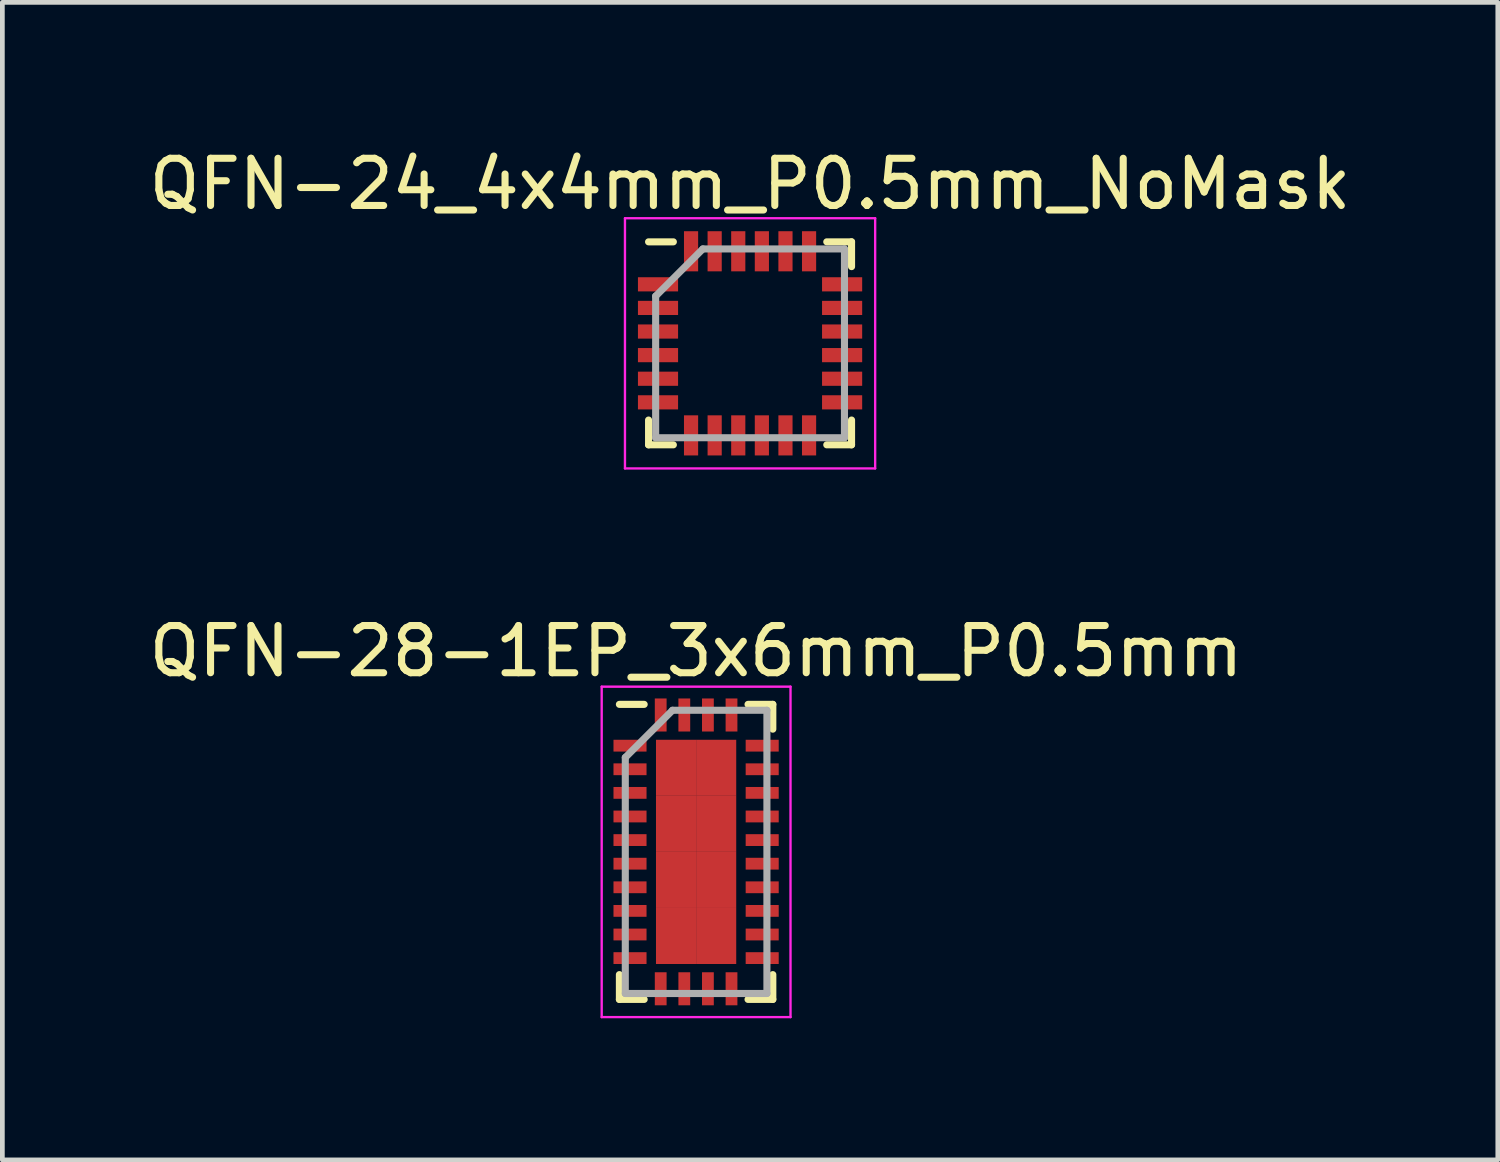
<source format=kicad_pcb>
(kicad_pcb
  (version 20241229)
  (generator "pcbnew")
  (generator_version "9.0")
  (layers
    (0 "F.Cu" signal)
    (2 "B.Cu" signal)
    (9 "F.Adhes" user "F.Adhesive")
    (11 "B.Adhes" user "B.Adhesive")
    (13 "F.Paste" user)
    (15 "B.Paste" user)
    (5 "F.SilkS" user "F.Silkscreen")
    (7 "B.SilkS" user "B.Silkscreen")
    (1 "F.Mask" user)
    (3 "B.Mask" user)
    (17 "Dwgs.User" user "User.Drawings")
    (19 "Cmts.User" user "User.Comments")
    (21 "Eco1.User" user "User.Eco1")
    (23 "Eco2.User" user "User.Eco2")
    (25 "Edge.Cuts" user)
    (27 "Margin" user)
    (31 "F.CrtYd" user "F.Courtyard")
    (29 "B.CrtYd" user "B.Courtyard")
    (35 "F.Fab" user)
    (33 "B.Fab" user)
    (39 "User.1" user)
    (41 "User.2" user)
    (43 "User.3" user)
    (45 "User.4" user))
  (footprint "QFN-28-1EP_3x6mm_P0.5mm"
    (layer "F.Cu")
    (at 11.696 14.996)
    (property "Reference" "QFN-28-1EP_3x6mm_P0.5mm" (at 0 -4.25 0) (layer "F.SilkS") (effects (font (size 1 1) (thickness 0.15))))
    (attr smd)
    (fp_line (start -1.625 -3.125) (end -1.1 -3.125) (stroke (width 0.15) (type solid)) (layer "F.SilkS"))
    (fp_line (start -1.625 3.125) (end -1.625 2.6) (stroke (width 0.15) (type solid)) (layer "F.SilkS"))
    (fp_line (start -1.625 3.125) (end -1.1 3.125) (stroke (width 0.15) (type solid)) (layer "F.SilkS"))
    (fp_line (start 1.625 -3.125) (end 1.1 -3.125) (stroke (width 0.15) (type solid)) (layer "F.SilkS"))
    (fp_line (start 1.625 -3.125) (end 1.625 -2.6) (stroke (width 0.15) (type solid)) (layer "F.SilkS"))
    (fp_line (start 1.625 3.125) (end 1.1 3.125) (stroke (width 0.15) (type solid)) (layer "F.SilkS"))
    (fp_line (start 1.625 3.125) (end 1.625 2.6) (stroke (width 0.15) (type solid)) (layer "F.SilkS"))
    (fp_line (start -2 -3.5) (end -2 3.5) (stroke (width 0.05) (type solid)) (layer "F.CrtYd"))
    (fp_line (start -2 -3.5) (end 2 -3.5) (stroke (width 0.05) (type solid)) (layer "F.CrtYd"))
    (fp_line (start -2 3.5) (end 2 3.5) (stroke (width 0.05) (type solid)) (layer "F.CrtYd"))
    (fp_line (start 2 -3.5) (end 2 3.5) (stroke (width 0.05) (type solid)) (layer "F.CrtYd"))
    (fp_line (start -1.5 -2) (end -0.5 -3) (stroke (width 0.15) (type solid)) (layer "F.Fab"))
    (fp_line (start -1.5 3) (end -1.5 -2) (stroke (width 0.15) (type solid)) (layer "F.Fab"))
    (fp_line (start -0.5 -3) (end 1.5 -3) (stroke (width 0.15) (type solid)) (layer "F.Fab"))
    (fp_line (start 1.5 -3) (end 1.5 3) (stroke (width 0.15) (type solid)) (layer "F.Fab"))
    (fp_line (start 1.5 3) (end -1.5 3) (stroke (width 0.15) (type solid)) (layer "F.Fab"))
    (pad "1" smd rect (at -1.4 -2.25) (size 0.7 0.25) (layers "F.Cu" "F.Mask" "F.Paste"))
    (pad "2" smd rect (at -1.4 -1.75) (size 0.7 0.25) (layers "F.Cu" "F.Mask" "F.Paste"))
    (pad "3" smd rect (at -1.4 -1.25) (size 0.7 0.25) (layers "F.Cu" "F.Mask" "F.Paste"))
    (pad "4" smd rect (at -1.4 -0.75) (size 0.7 0.25) (layers "F.Cu" "F.Mask" "F.Paste"))
    (pad "5" smd rect (at -1.4 -0.25) (size 0.7 0.25) (layers "F.Cu" "F.Mask" "F.Paste"))
    (pad "6" smd rect (at -1.4 0.25) (size 0.7 0.25) (layers "F.Cu" "F.Mask" "F.Paste"))
    (pad "7" smd rect (at -1.4 0.75) (size 0.7 0.25) (layers "F.Cu" "F.Mask" "F.Paste"))
    (pad "8" smd rect (at -1.4 1.25) (size 0.7 0.25) (layers "F.Cu" "F.Mask" "F.Paste"))
    (pad "9" smd rect (at -1.4 1.75) (size 0.7 0.25) (layers "F.Cu" "F.Mask" "F.Paste"))
    (pad "10" smd rect (at -1.4 2.25) (size 0.7 0.25) (layers "F.Cu" "F.Mask" "F.Paste"))
    (pad "11" smd rect (at -0.75 2.9 90) (size 0.7 0.25) (layers "F.Cu" "F.Mask" "F.Paste"))
    (pad "12" smd rect (at -0.25 2.9 90) (size 0.7 0.25) (layers "F.Cu" "F.Mask" "F.Paste"))
    (pad "13" smd rect (at 0.25 2.9 90) (size 0.7 0.25) (layers "F.Cu" "F.Mask" "F.Paste"))
    (pad "14" smd rect (at 0.75 2.9 90) (size 0.7 0.25) (layers "F.Cu" "F.Mask" "F.Paste"))
    (pad "15" smd rect (at 1.4 2.25) (size 0.7 0.25) (layers "F.Cu" "F.Mask" "F.Paste"))
    (pad "16" smd rect (at 1.4 1.75) (size 0.7 0.25) (layers "F.Cu" "F.Mask" "F.Paste"))
    (pad "17" smd rect (at 1.4 1.25) (size 0.7 0.25) (layers "F.Cu" "F.Mask" "F.Paste"))
    (pad "18" smd rect (at 1.4 0.75) (size 0.7 0.25) (layers "F.Cu" "F.Mask" "F.Paste"))
    (pad "19" smd rect (at 1.4 0.25) (size 0.7 0.25) (layers "F.Cu" "F.Mask" "F.Paste"))
    (pad "20" smd rect (at 1.4 -0.25) (size 0.7 0.25) (layers "F.Cu" "F.Mask" "F.Paste"))
    (pad "21" smd rect (at 1.4 -0.75) (size 0.7 0.25) (layers "F.Cu" "F.Mask" "F.Paste"))
    (pad "22" smd rect (at 1.4 -1.25) (size 0.7 0.25) (layers "F.Cu" "F.Mask" "F.Paste"))
    (pad "23" smd rect (at 1.4 -1.75) (size 0.7 0.25) (layers "F.Cu" "F.Mask" "F.Paste"))
    (pad "24" smd rect (at 1.4 -2.25) (size 0.7 0.25) (layers "F.Cu" "F.Mask" "F.Paste"))
    (pad "25" smd rect (at 0.75 -2.9 90) (size 0.7 0.25) (layers "F.Cu" "F.Mask" "F.Paste"))
    (pad "26" smd rect (at 0.25 -2.9 90) (size 0.7 0.25) (layers "F.Cu" "F.Mask" "F.Paste"))
    (pad "27" smd rect (at -0.25 -2.9 90) (size 0.7 0.25) (layers "F.Cu" "F.Mask" "F.Paste"))
    (pad "28" smd rect (at -0.75 -2.9 90) (size 0.7 0.25) (layers "F.Cu" "F.Mask" "F.Paste"))
    (pad "29" smd rect (at -0.425 -1.781) (size 0.85 1.188) (layers "F.Cu" "F.Mask" "F.Paste"))
    (pad "29" smd rect (at -0.425 -0.594) (size 0.85 1.188) (layers "F.Cu" "F.Mask" "F.Paste"))
    (pad "29" smd rect (at -0.425 0.594) (size 0.85 1.188) (layers "F.Cu" "F.Mask" "F.Paste"))
    (pad "29" smd rect (at -0.425 1.781) (size 0.85 1.188) (layers "F.Cu" "F.Mask" "F.Paste"))
    (pad "29" smd rect (at 0.425 -1.781) (size 0.85 1.188) (layers "F.Cu" "F.Mask" "F.Paste"))
    (pad "29" smd rect (at 0.425 -0.594) (size 0.85 1.188) (layers "F.Cu" "F.Mask" "F.Paste"))
    (pad "29" smd rect (at 0.425 0.594) (size 0.85 1.188) (layers "F.Cu" "F.Mask" "F.Paste"))
    (pad "29" smd rect (at 0.425 1.781) (size 0.85 1.188) (layers "F.Cu" "F.Mask" "F.Paste")))
  (footprint "QFN-24_4x4mm_P0.5mm_NoMask"
    (layer "F.Cu")
    (at 12.839 4.223)
    (property "Reference" "QFN-24_4x4mm_P0.5mm_NoMask" (at 0 -3.375 0) (layer "F.SilkS") (effects (font (size 1 1) (thickness 0.15))))
    (attr smd)
    (fp_line (start -2.15 -2.15) (end -1.625 -2.15) (stroke (width 0.15) (type solid)) (layer "F.SilkS"))
    (fp_line (start -2.15 2.15) (end -2.15 1.625) (stroke (width 0.15) (type solid)) (layer "F.SilkS"))
    (fp_line (start -2.15 2.15) (end -1.625 2.15) (stroke (width 0.15) (type solid)) (layer "F.SilkS"))
    (fp_line (start 2.15 -2.15) (end 1.625 -2.15) (stroke (width 0.15) (type solid)) (layer "F.SilkS"))
    (fp_line (start 2.15 -2.15) (end 2.15 -1.625) (stroke (width 0.15) (type solid)) (layer "F.SilkS"))
    (fp_line (start 2.15 2.15) (end 1.625 2.15) (stroke (width 0.15) (type solid)) (layer "F.SilkS"))
    (fp_line (start 2.15 2.15) (end 2.15 1.625) (stroke (width 0.15) (type solid)) (layer "F.SilkS"))
    (fp_line (start -2.65 -2.65) (end -2.65 2.65) (stroke (width 0.05) (type solid)) (layer "F.CrtYd"))
    (fp_line (start -2.65 -2.65) (end 2.65 -2.65) (stroke (width 0.05) (type solid)) (layer "F.CrtYd"))
    (fp_line (start -2.65 2.65) (end 2.65 2.65) (stroke (width 0.05) (type solid)) (layer "F.CrtYd"))
    (fp_line (start 2.65 -2.65) (end 2.65 2.65) (stroke (width 0.05) (type solid)) (layer "F.CrtYd"))
    (fp_line (start -2 -1) (end -1 -2) (stroke (width 0.15) (type solid)) (layer "F.Fab"))
    (fp_line (start -2 2) (end -2 -1) (stroke (width 0.15) (type solid)) (layer "F.Fab"))
    (fp_line (start -1 -2) (end 2 -2) (stroke (width 0.15) (type solid)) (layer "F.Fab"))
    (fp_line (start 2 -2) (end 2 2) (stroke (width 0.15) (type solid)) (layer "F.Fab"))
    (fp_line (start 2 2) (end -2 2) (stroke (width 0.15) (type solid)) (layer "F.Fab"))
    (pad "" smd rect (at 0 0) (size 2.6 2.6) (layers "F.Mask"))
    (pad "1" smd rect (at -1.95 -1.25) (size 0.85 0.3) (layers "F.Cu" "F.Mask" "F.Paste"))
    (pad "2" smd rect (at -1.95 -0.75) (size 0.85 0.3) (layers "F.Cu" "F.Mask" "F.Paste"))
    (pad "3" smd rect (at -1.95 -0.25) (size 0.85 0.3) (layers "F.Cu" "F.Mask" "F.Paste"))
    (pad "4" smd rect (at -1.95 0.25) (size 0.85 0.3) (layers "F.Cu" "F.Mask" "F.Paste"))
    (pad "5" smd rect (at -1.95 0.75) (size 0.85 0.3) (layers "F.Cu" "F.Mask" "F.Paste"))
    (pad "6" smd rect (at -1.95 1.25) (size 0.85 0.3) (layers "F.Cu" "F.Mask" "F.Paste"))
    (pad "7" smd rect (at -1.25 1.95 90) (size 0.85 0.3) (layers "F.Cu" "F.Mask" "F.Paste"))
    (pad "8" smd rect (at -0.75 1.95 90) (size 0.85 0.3) (layers "F.Cu" "F.Mask" "F.Paste"))
    (pad "9" smd rect (at -0.25 1.95 90) (size 0.85 0.3) (layers "F.Cu" "F.Mask" "F.Paste"))
    (pad "10" smd rect (at 0.25 1.95 90) (size 0.85 0.3) (layers "F.Cu" "F.Mask" "F.Paste"))
    (pad "11" smd rect (at 0.75 1.95 90) (size 0.85 0.3) (layers "F.Cu" "F.Mask" "F.Paste"))
    (pad "12" smd rect (at 1.25 1.95 90) (size 0.85 0.3) (layers "F.Cu" "F.Mask" "F.Paste"))
    (pad "13" smd rect (at 1.95 1.25) (size 0.85 0.3) (layers "F.Cu" "F.Mask" "F.Paste"))
    (pad "14" smd rect (at 1.95 0.75) (size 0.85 0.3) (layers "F.Cu" "F.Mask" "F.Paste"))
    (pad "15" smd rect (at 1.95 0.25) (size 0.85 0.3) (layers "F.Cu" "F.Mask" "F.Paste"))
    (pad "16" smd rect (at 1.95 -0.25) (size 0.85 0.3) (layers "F.Cu" "F.Mask" "F.Paste"))
    (pad "17" smd rect (at 1.95 -0.75) (size 0.85 0.3) (layers "F.Cu" "F.Mask" "F.Paste"))
    (pad "18" smd rect (at 1.95 -1.25) (size 0.85 0.3) (layers "F.Cu" "F.Mask" "F.Paste"))
    (pad "19" smd rect (at 1.25 -1.95 90) (size 0.85 0.3) (layers "F.Cu" "F.Mask" "F.Paste"))
    (pad "20" smd rect (at 0.75 -1.95 90) (size 0.85 0.3) (layers "F.Cu" "F.Mask" "F.Paste"))
    (pad "21" smd rect (at 0.25 -1.95 90) (size 0.85 0.3) (layers "F.Cu" "F.Mask" "F.Paste"))
    (pad "22" smd rect (at -0.25 -1.95 90) (size 0.85 0.3) (layers "F.Cu" "F.Mask" "F.Paste"))
    (pad "23" smd rect (at -0.75 -1.95 90) (size 0.85 0.3) (layers "F.Cu" "F.Mask" "F.Paste"))
    (pad "24" smd rect (at -1.25 -1.95 90) (size 0.85 0.3) (layers "F.Cu" "F.Mask" "F.Paste")))
  (gr_rect
    (start -3 -3)
    (end 28.679 21.521)
    (stroke (width 0.1) (type default))
    (fill no)
    (layer "Edge.Cuts")))
</source>
